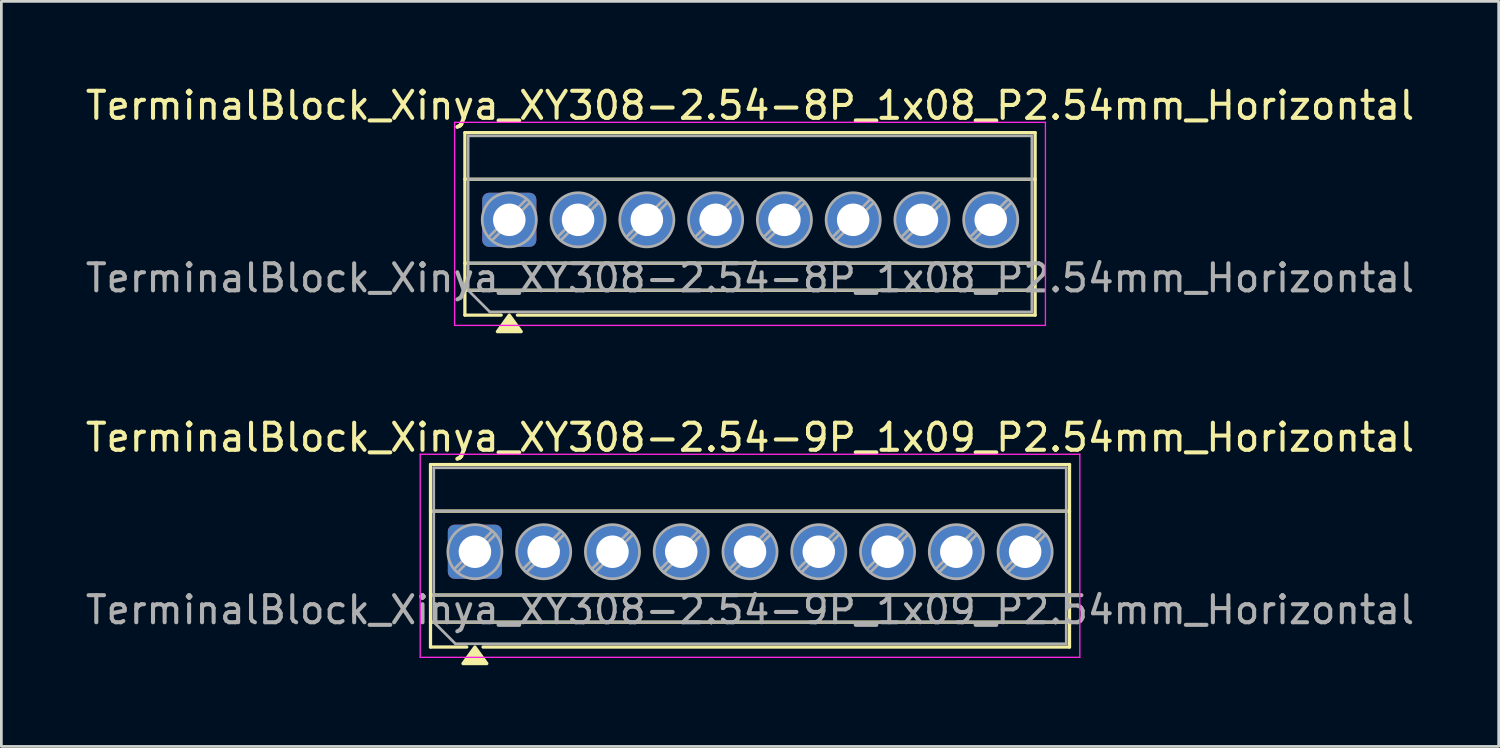
<source format=kicad_pcb>
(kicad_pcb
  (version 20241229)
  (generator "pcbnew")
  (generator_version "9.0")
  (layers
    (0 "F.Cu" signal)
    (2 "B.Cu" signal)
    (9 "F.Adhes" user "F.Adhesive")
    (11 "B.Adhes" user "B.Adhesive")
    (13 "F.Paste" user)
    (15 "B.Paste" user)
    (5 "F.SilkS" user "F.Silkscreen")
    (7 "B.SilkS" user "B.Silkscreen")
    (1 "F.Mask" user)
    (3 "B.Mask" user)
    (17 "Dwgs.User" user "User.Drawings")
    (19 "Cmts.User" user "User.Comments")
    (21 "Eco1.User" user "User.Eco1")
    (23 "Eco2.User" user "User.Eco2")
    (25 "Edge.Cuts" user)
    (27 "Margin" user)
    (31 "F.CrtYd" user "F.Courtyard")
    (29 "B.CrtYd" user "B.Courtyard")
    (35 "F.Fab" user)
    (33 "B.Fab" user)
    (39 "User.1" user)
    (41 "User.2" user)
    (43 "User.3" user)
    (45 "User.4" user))
  (footprint "TerminalBlock_Xinya_XY308-2.54-8P_1x08_P2.54mm_Horizontal"
    (layer "F.Cu")
    (at 15.759 5.068)
    (property "Reference" "TerminalBlock_Xinya_XY308-2.54-8P_1x08_P2.54mm_Horizontal" (at 8.89 -4.22 0) (layer "F.SilkS") (effects (font (size 1 1) (thickness 0.15))))
    (attr through_hole)
    (fp_line (start -1.64 -3.22) (end 19.42 -3.22) (stroke (width 0.12) (type solid)) (layer "F.SilkS"))
    (fp_line (start -1.64 -1.5) (end 19.42 -1.5) (stroke (width 0.12) (type solid)) (layer "F.SilkS"))
    (fp_line (start -1.64 1.6) (end 19.42 1.6) (stroke (width 0.12) (type solid)) (layer "F.SilkS"))
    (fp_line (start -1.64 2.6) (end 19.42 2.6) (stroke (width 0.12) (type solid)) (layer "F.SilkS"))
    (fp_line (start -1.64 3.52) (end -1.64 -3.22) (stroke (width 0.12) (type solid)) (layer "F.SilkS"))
    (fp_line (start -0.3 3.52) (end -1.64 3.52) (stroke (width 0.12) (type solid)) (layer "F.SilkS"))
    (fp_line (start 19.42 -3.22) (end 19.42 3.52) (stroke (width 0.12) (type solid)) (layer "F.SilkS"))
    (fp_line (start 19.42 3.52) (end 0.3 3.52) (stroke (width 0.12) (type solid)) (layer "F.SilkS"))
    (fp_poly (pts (xy 0 3.52) (xy 0.44 4.13) (xy -0.44 4.13)) (stroke (width 0.12) (type solid)) (fill yes) (layer "F.SilkS"))
    (fp_line (start -2.02 -3.6) (end -2.02 3.9) (stroke (width 0.05) (type solid)) (layer "F.CrtYd"))
    (fp_line (start -2.02 3.9) (end 19.8 3.9) (stroke (width 0.05) (type solid)) (layer "F.CrtYd"))
    (fp_line (start 19.8 -3.6) (end -2.02 -3.6) (stroke (width 0.05) (type solid)) (layer "F.CrtYd"))
    (fp_line (start 19.8 3.9) (end 19.8 -3.6) (stroke (width 0.05) (type solid)) (layer "F.CrtYd"))
    (fp_line (start -1.52 -3.1) (end 19.3 -3.1) (stroke (width 0.1) (type solid)) (layer "F.Fab"))
    (fp_line (start -1.52 -1.5) (end 19.3 -1.5) (stroke (width 0.1) (type solid)) (layer "F.Fab"))
    (fp_line (start -1.52 1.6) (end 19.3 1.6) (stroke (width 0.1) (type solid)) (layer "F.Fab"))
    (fp_line (start -1.52 2.6) (end -1.52 -3.1) (stroke (width 0.1) (type solid)) (layer "F.Fab"))
    (fp_line (start -1.52 2.6) (end 19.3 2.6) (stroke (width 0.1) (type solid)) (layer "F.Fab"))
    (fp_line (start -0.72 3.4) (end -1.52 2.6) (stroke (width 0.1) (type solid)) (layer "F.Fab"))
    (fp_line (start 0.636 -0.758) (end -0.758 0.636) (stroke (width 0.1) (type solid)) (layer "F.Fab"))
    (fp_line (start 0.758 -0.636) (end -0.636 0.758) (stroke (width 0.1) (type solid)) (layer "F.Fab"))
    (fp_line (start 3.176 -0.758) (end 1.782 0.636) (stroke (width 0.1) (type solid)) (layer "F.Fab"))
    (fp_line (start 3.298 -0.636) (end 1.904 0.758) (stroke (width 0.1) (type solid)) (layer "F.Fab"))
    (fp_line (start 5.716 -0.758) (end 4.322 0.636) (stroke (width 0.1) (type solid)) (layer "F.Fab"))
    (fp_line (start 5.838 -0.636) (end 4.444 0.758) (stroke (width 0.1) (type solid)) (layer "F.Fab"))
    (fp_line (start 8.256 -0.758) (end 6.862 0.636) (stroke (width 0.1) (type solid)) (layer "F.Fab"))
    (fp_line (start 8.378 -0.636) (end 6.984 0.758) (stroke (width 0.1) (type solid)) (layer "F.Fab"))
    (fp_line (start 10.796 -0.758) (end 9.402 0.636) (stroke (width 0.1) (type solid)) (layer "F.Fab"))
    (fp_line (start 10.918 -0.636) (end 9.524 0.758) (stroke (width 0.1) (type solid)) (layer "F.Fab"))
    (fp_line (start 13.336 -0.758) (end 11.942 0.636) (stroke (width 0.1) (type solid)) (layer "F.Fab"))
    (fp_line (start 13.458 -0.636) (end 12.064 0.758) (stroke (width 0.1) (type solid)) (layer "F.Fab"))
    (fp_line (start 15.876 -0.758) (end 14.482 0.636) (stroke (width 0.1) (type solid)) (layer "F.Fab"))
    (fp_line (start 15.998 -0.636) (end 14.604 0.758) (stroke (width 0.1) (type solid)) (layer "F.Fab"))
    (fp_line (start 18.416 -0.758) (end 17.022 0.636) (stroke (width 0.1) (type solid)) (layer "F.Fab"))
    (fp_line (start 18.538 -0.636) (end 17.144 0.758) (stroke (width 0.1) (type solid)) (layer "F.Fab"))
    (fp_line (start 19.3 -3.1) (end 19.3 3.4) (stroke (width 0.1) (type solid)) (layer "F.Fab"))
    (fp_line (start 19.3 3.4) (end -0.72 3.4) (stroke (width 0.1) (type solid)) (layer "F.Fab"))
    (fp_circle (center 0 0) (end 1 0) (stroke (width 0.1) (type solid)) (fill no) (layer "F.Fab"))
    (fp_circle (center 2.54 0) (end 3.54 0) (stroke (width 0.1) (type solid)) (fill no) (layer "F.Fab"))
    (fp_circle (center 5.08 0) (end 6.08 0) (stroke (width 0.1) (type solid)) (fill no) (layer "F.Fab"))
    (fp_circle (center 7.62 0) (end 8.62 0) (stroke (width 0.1) (type solid)) (fill no) (layer "F.Fab"))
    (fp_circle (center 10.16 0) (end 11.16 0) (stroke (width 0.1) (type solid)) (fill no) (layer "F.Fab"))
    (fp_circle (center 12.7 0) (end 13.7 0) (stroke (width 0.1) (type solid)) (fill no) (layer "F.Fab"))
    (fp_circle (center 15.24 0) (end 16.24 0) (stroke (width 0.1) (type solid)) (fill no) (layer "F.Fab"))
    (fp_circle (center 17.78 0) (end 18.78 0) (stroke (width 0.1) (type solid)) (fill no) (layer "F.Fab"))
    (fp_text user "${REFERENCE}" (at 8.89 2.15 0) (layer "F.Fab") (effects (font (size 1 1) (thickness 0.15))))
    (pad "1" thru_hole roundrect (at 0 0) (size 2 2) (drill 1.2) (layers "*.Cu" "*.Mask") (roundrect_rratio 0.125))
    (pad "2" thru_hole circle (at 2.54 0) (size 2 2) (drill 1.2) (layers "*.Cu" "*.Mask"))
    (pad "3" thru_hole circle (at 5.08 0) (size 2 2) (drill 1.2) (layers "*.Cu" "*.Mask"))
    (pad "4" thru_hole circle (at 7.62 0) (size 2 2) (drill 1.2) (layers "*.Cu" "*.Mask"))
    (pad "5" thru_hole circle (at 10.16 0) (size 2 2) (drill 1.2) (layers "*.Cu" "*.Mask"))
    (pad "6" thru_hole circle (at 12.7 0) (size 2 2) (drill 1.2) (layers "*.Cu" "*.Mask"))
    (pad "7" thru_hole circle (at 15.24 0) (size 2 2) (drill 1.2) (layers "*.Cu" "*.Mask"))
    (pad "8" thru_hole circle (at 17.78 0) (size 2 2) (drill 1.2) (layers "*.Cu" "*.Mask")))
  (footprint "TerminalBlock_Xinya_XY308-2.54-9P_1x09_P2.54mm_Horizontal"
    (layer "F.Cu")
    (at 14.489 17.326)
    (property "Reference" "TerminalBlock_Xinya_XY308-2.54-9P_1x09_P2.54mm_Horizontal" (at 10.16 -4.22 0) (layer "F.SilkS") (effects (font (size 1 1) (thickness 0.15))))
    (attr through_hole)
    (fp_line (start -1.64 -3.22) (end 21.96 -3.22) (stroke (width 0.12) (type solid)) (layer "F.SilkS"))
    (fp_line (start -1.64 -1.5) (end 21.96 -1.5) (stroke (width 0.12) (type solid)) (layer "F.SilkS"))
    (fp_line (start -1.64 1.6) (end 21.96 1.6) (stroke (width 0.12) (type solid)) (layer "F.SilkS"))
    (fp_line (start -1.64 2.6) (end 21.96 2.6) (stroke (width 0.12) (type solid)) (layer "F.SilkS"))
    (fp_line (start -1.64 3.52) (end -1.64 -3.22) (stroke (width 0.12) (type solid)) (layer "F.SilkS"))
    (fp_line (start -0.3 3.52) (end -1.64 3.52) (stroke (width 0.12) (type solid)) (layer "F.SilkS"))
    (fp_line (start 21.96 -3.22) (end 21.96 3.52) (stroke (width 0.12) (type solid)) (layer "F.SilkS"))
    (fp_line (start 21.96 3.52) (end 0.3 3.52) (stroke (width 0.12) (type solid)) (layer "F.SilkS"))
    (fp_poly (pts (xy 0 3.52) (xy 0.44 4.13) (xy -0.44 4.13)) (stroke (width 0.12) (type solid)) (fill yes) (layer "F.SilkS"))
    (fp_line (start -2.02 -3.6) (end -2.02 3.9) (stroke (width 0.05) (type solid)) (layer "F.CrtYd"))
    (fp_line (start -2.02 3.9) (end 22.34 3.9) (stroke (width 0.05) (type solid)) (layer "F.CrtYd"))
    (fp_line (start 22.34 -3.6) (end -2.02 -3.6) (stroke (width 0.05) (type solid)) (layer "F.CrtYd"))
    (fp_line (start 22.34 3.9) (end 22.34 -3.6) (stroke (width 0.05) (type solid)) (layer "F.CrtYd"))
    (fp_line (start -1.52 -3.1) (end 21.84 -3.1) (stroke (width 0.1) (type solid)) (layer "F.Fab"))
    (fp_line (start -1.52 -1.5) (end 21.84 -1.5) (stroke (width 0.1) (type solid)) (layer "F.Fab"))
    (fp_line (start -1.52 1.6) (end 21.84 1.6) (stroke (width 0.1) (type solid)) (layer "F.Fab"))
    (fp_line (start -1.52 2.6) (end -1.52 -3.1) (stroke (width 0.1) (type solid)) (layer "F.Fab"))
    (fp_line (start -1.52 2.6) (end 21.84 2.6) (stroke (width 0.1) (type solid)) (layer "F.Fab"))
    (fp_line (start -0.72 3.4) (end -1.52 2.6) (stroke (width 0.1) (type solid)) (layer "F.Fab"))
    (fp_line (start 0.636 -0.758) (end -0.758 0.636) (stroke (width 0.1) (type solid)) (layer "F.Fab"))
    (fp_line (start 0.758 -0.636) (end -0.636 0.758) (stroke (width 0.1) (type solid)) (layer "F.Fab"))
    (fp_line (start 3.176 -0.758) (end 1.782 0.636) (stroke (width 0.1) (type solid)) (layer "F.Fab"))
    (fp_line (start 3.298 -0.636) (end 1.904 0.758) (stroke (width 0.1) (type solid)) (layer "F.Fab"))
    (fp_line (start 5.716 -0.758) (end 4.322 0.636) (stroke (width 0.1) (type solid)) (layer "F.Fab"))
    (fp_line (start 5.838 -0.636) (end 4.444 0.758) (stroke (width 0.1) (type solid)) (layer "F.Fab"))
    (fp_line (start 8.256 -0.758) (end 6.862 0.636) (stroke (width 0.1) (type solid)) (layer "F.Fab"))
    (fp_line (start 8.378 -0.636) (end 6.984 0.758) (stroke (width 0.1) (type solid)) (layer "F.Fab"))
    (fp_line (start 10.796 -0.758) (end 9.402 0.636) (stroke (width 0.1) (type solid)) (layer "F.Fab"))
    (fp_line (start 10.918 -0.636) (end 9.524 0.758) (stroke (width 0.1) (type solid)) (layer "F.Fab"))
    (fp_line (start 13.336 -0.758) (end 11.942 0.636) (stroke (width 0.1) (type solid)) (layer "F.Fab"))
    (fp_line (start 13.458 -0.636) (end 12.064 0.758) (stroke (width 0.1) (type solid)) (layer "F.Fab"))
    (fp_line (start 15.876 -0.758) (end 14.482 0.636) (stroke (width 0.1) (type solid)) (layer "F.Fab"))
    (fp_line (start 15.998 -0.636) (end 14.604 0.758) (stroke (width 0.1) (type solid)) (layer "F.Fab"))
    (fp_line (start 18.416 -0.758) (end 17.022 0.636) (stroke (width 0.1) (type solid)) (layer "F.Fab"))
    (fp_line (start 18.538 -0.636) (end 17.144 0.758) (stroke (width 0.1) (type solid)) (layer "F.Fab"))
    (fp_line (start 20.956 -0.758) (end 19.562 0.636) (stroke (width 0.1) (type solid)) (layer "F.Fab"))
    (fp_line (start 21.078 -0.636) (end 19.684 0.758) (stroke (width 0.1) (type solid)) (layer "F.Fab"))
    (fp_line (start 21.84 -3.1) (end 21.84 3.4) (stroke (width 0.1) (type solid)) (layer "F.Fab"))
    (fp_line (start 21.84 3.4) (end -0.72 3.4) (stroke (width 0.1) (type solid)) (layer "F.Fab"))
    (fp_circle (center 0 0) (end 1 0) (stroke (width 0.1) (type solid)) (fill no) (layer "F.Fab"))
    (fp_circle (center 2.54 0) (end 3.54 0) (stroke (width 0.1) (type solid)) (fill no) (layer "F.Fab"))
    (fp_circle (center 5.08 0) (end 6.08 0) (stroke (width 0.1) (type solid)) (fill no) (layer "F.Fab"))
    (fp_circle (center 7.62 0) (end 8.62 0) (stroke (width 0.1) (type solid)) (fill no) (layer "F.Fab"))
    (fp_circle (center 10.16 0) (end 11.16 0) (stroke (width 0.1) (type solid)) (fill no) (layer "F.Fab"))
    (fp_circle (center 12.7 0) (end 13.7 0) (stroke (width 0.1) (type solid)) (fill no) (layer "F.Fab"))
    (fp_circle (center 15.24 0) (end 16.24 0) (stroke (width 0.1) (type solid)) (fill no) (layer "F.Fab"))
    (fp_circle (center 17.78 0) (end 18.78 0) (stroke (width 0.1) (type solid)) (fill no) (layer "F.Fab"))
    (fp_circle (center 20.32 0) (end 21.32 0) (stroke (width 0.1) (type solid)) (fill no) (layer "F.Fab"))
    (fp_text user "${REFERENCE}" (at 10.16 2.15 0) (layer "F.Fab") (effects (font (size 1 1) (thickness 0.15))))
    (pad "1" thru_hole roundrect (at 0 0) (size 2 2) (drill 1.2) (layers "*.Cu" "*.Mask") (roundrect_rratio 0.125))
    (pad "2" thru_hole circle (at 2.54 0) (size 2 2) (drill 1.2) (layers "*.Cu" "*.Mask"))
    (pad "3" thru_hole circle (at 5.08 0) (size 2 2) (drill 1.2) (layers "*.Cu" "*.Mask"))
    (pad "4" thru_hole circle (at 7.62 0) (size 2 2) (drill 1.2) (layers "*.Cu" "*.Mask"))
    (pad "5" thru_hole circle (at 10.16 0) (size 2 2) (drill 1.2) (layers "*.Cu" "*.Mask"))
    (pad "6" thru_hole circle (at 12.7 0) (size 2 2) (drill 1.2) (layers "*.Cu" "*.Mask"))
    (pad "7" thru_hole circle (at 15.24 0) (size 2 2) (drill 1.2) (layers "*.Cu" "*.Mask"))
    (pad "8" thru_hole circle (at 17.78 0) (size 2 2) (drill 1.2) (layers "*.Cu" "*.Mask"))
    (pad "9" thru_hole circle (at 20.32 0) (size 2 2) (drill 1.2) (layers "*.Cu" "*.Mask")))
  (gr_rect
    (start -3 -3)
    (end 52.298 24.517)
    (stroke (width 0.1) (type default))
    (fill no)
    (layer "Edge.Cuts")))
</source>
